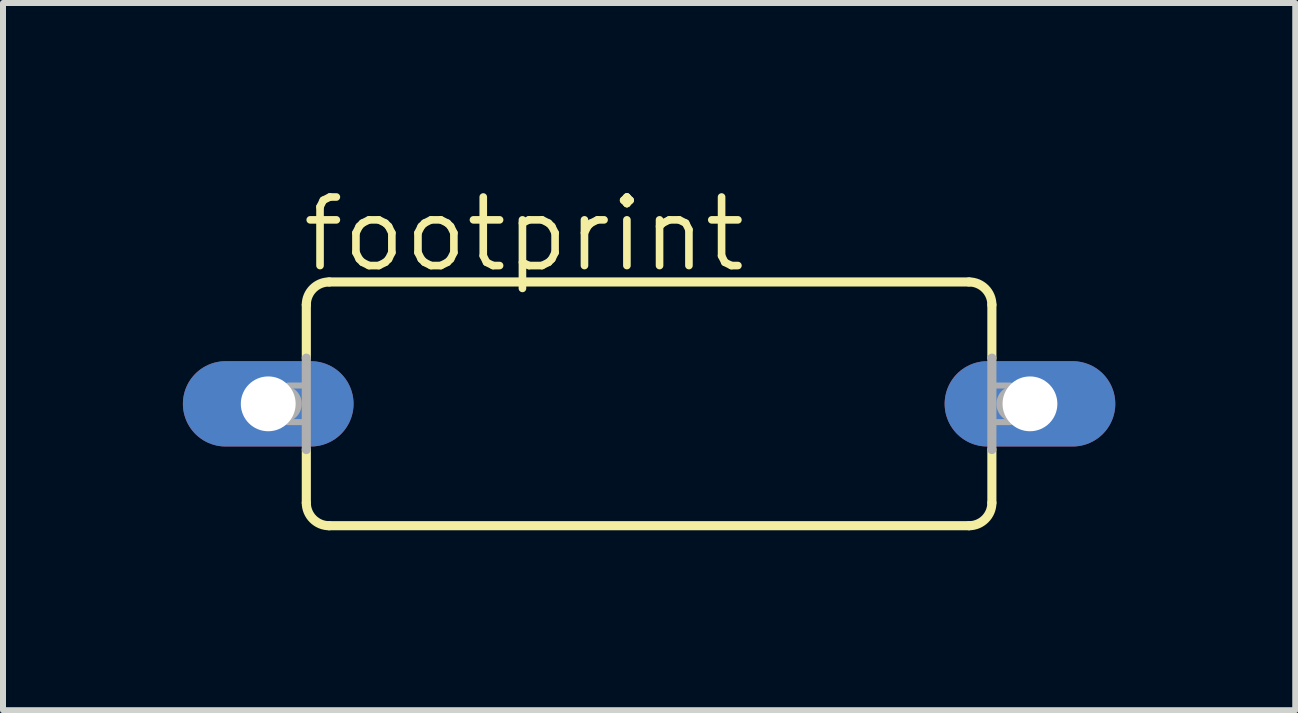
<source format=kicad_pcb>
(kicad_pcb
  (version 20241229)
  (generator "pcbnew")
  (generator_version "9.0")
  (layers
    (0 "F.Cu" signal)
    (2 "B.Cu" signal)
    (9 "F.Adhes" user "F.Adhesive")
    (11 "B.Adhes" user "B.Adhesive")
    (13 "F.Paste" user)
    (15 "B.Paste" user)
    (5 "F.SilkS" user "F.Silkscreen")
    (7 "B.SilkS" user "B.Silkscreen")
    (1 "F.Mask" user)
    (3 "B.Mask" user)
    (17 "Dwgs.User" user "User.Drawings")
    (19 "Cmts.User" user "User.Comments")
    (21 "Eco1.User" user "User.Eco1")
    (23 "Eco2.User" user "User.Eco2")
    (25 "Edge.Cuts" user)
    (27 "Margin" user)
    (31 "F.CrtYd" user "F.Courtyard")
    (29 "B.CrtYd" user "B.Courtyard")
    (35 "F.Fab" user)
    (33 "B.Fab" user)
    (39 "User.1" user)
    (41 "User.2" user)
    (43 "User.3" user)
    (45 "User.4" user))
  (footprint "footprint"
    (layer "F.Cu")
    (at 7.772 3.683)
    (property "Reference" "footprint" (at -5.842 -2.159 0) (layer "F.SilkS") (effects (font (size 1.143 1.143) (thickness 0.127)) (justify left bottom)))
    (fp_line (start -5.715 -0.762) (end -5.715 -1.651) (stroke (width 0.152) (type solid)) (layer "F.SilkS"))
    (fp_line (start -5.715 1.651) (end -5.715 0.762) (stroke (width 0.152) (type solid)) (layer "F.SilkS"))
    (fp_line (start -5.334 -2.032) (end 5.334 -2.032) (stroke (width 0.152) (type solid)) (layer "F.SilkS"))
    (fp_line (start 5.334 2.032) (end -5.334 2.032) (stroke (width 0.152) (type solid)) (layer "F.SilkS"))
    (fp_line (start 5.715 -0.762) (end 5.715 -1.651) (stroke (width 0.152) (type solid)) (layer "F.SilkS"))
    (fp_line (start 5.715 1.651) (end 5.715 0.762) (stroke (width 0.152) (type solid)) (layer "F.SilkS"))
    (fp_arc (start -5.715 -1.651) (mid -5.603408 -1.920408) (end -5.334 -2.032) (stroke (width 0.1524) (type solid)) (layer "F.SilkS"))
    (fp_arc (start -5.334 2.032) (mid -5.603408 1.920408) (end -5.715 1.651) (stroke (width 0.1524) (type solid)) (layer "F.SilkS"))
    (fp_arc (start 5.334 -2.032) (mid 5.603408 -1.920408) (end 5.715 -1.651) (stroke (width 0.1524) (type solid)) (layer "F.SilkS"))
    (fp_arc (start 5.715 1.651) (mid 5.603408 1.920408) (end 5.334 2.032) (stroke (width 0.1524) (type solid)) (layer "F.SilkS"))
    (fp_line (start -6.096 0) (end -6.35 0) (stroke (width 0.61) (type solid)) (layer "F.Fab"))
    (fp_line (start -5.715 -0.762) (end -5.715 0.762) (stroke (width 0.152) (type solid)) (layer "F.Fab"))
    (fp_line (start 5.715 -0.762) (end 5.715 0.762) (stroke (width 0.152) (type solid)) (layer "F.Fab"))
    (fp_line (start 6.35 0) (end 6.096 0) (stroke (width 0.61) (type solid)) (layer "F.Fab"))
    (fp_poly (pts (xy -6.02 0.305) (xy -5.715 0.305) (xy -5.715 -0.305) (xy -6.02 -0.305)) (stroke (width 0.1) (type solid)) (fill no) (layer "F.Fab"))
    (fp_poly (pts (xy 5.715 0.305) (xy 6.02 0.305) (xy 6.02 -0.305) (xy 5.715 -0.305)) (stroke (width 0.1) (type solid)) (fill no) (layer "F.Fab"))
    (pad "1" thru_hole oval (at -6.35 0) (size 2.845 1.422) (drill 0.914) (layers "*.Cu" "*.Mask"))
    (pad "2" thru_hole oval (at 6.35 0) (size 2.845 1.422) (drill 0.914) (layers "*.Cu" "*.Mask")))
  (gr_rect
    (start -3 -3)
    (end 18.545 8.791)
    (stroke (width 0.1) (type default))
    (fill no)
    (layer "Edge.Cuts")))
</source>
